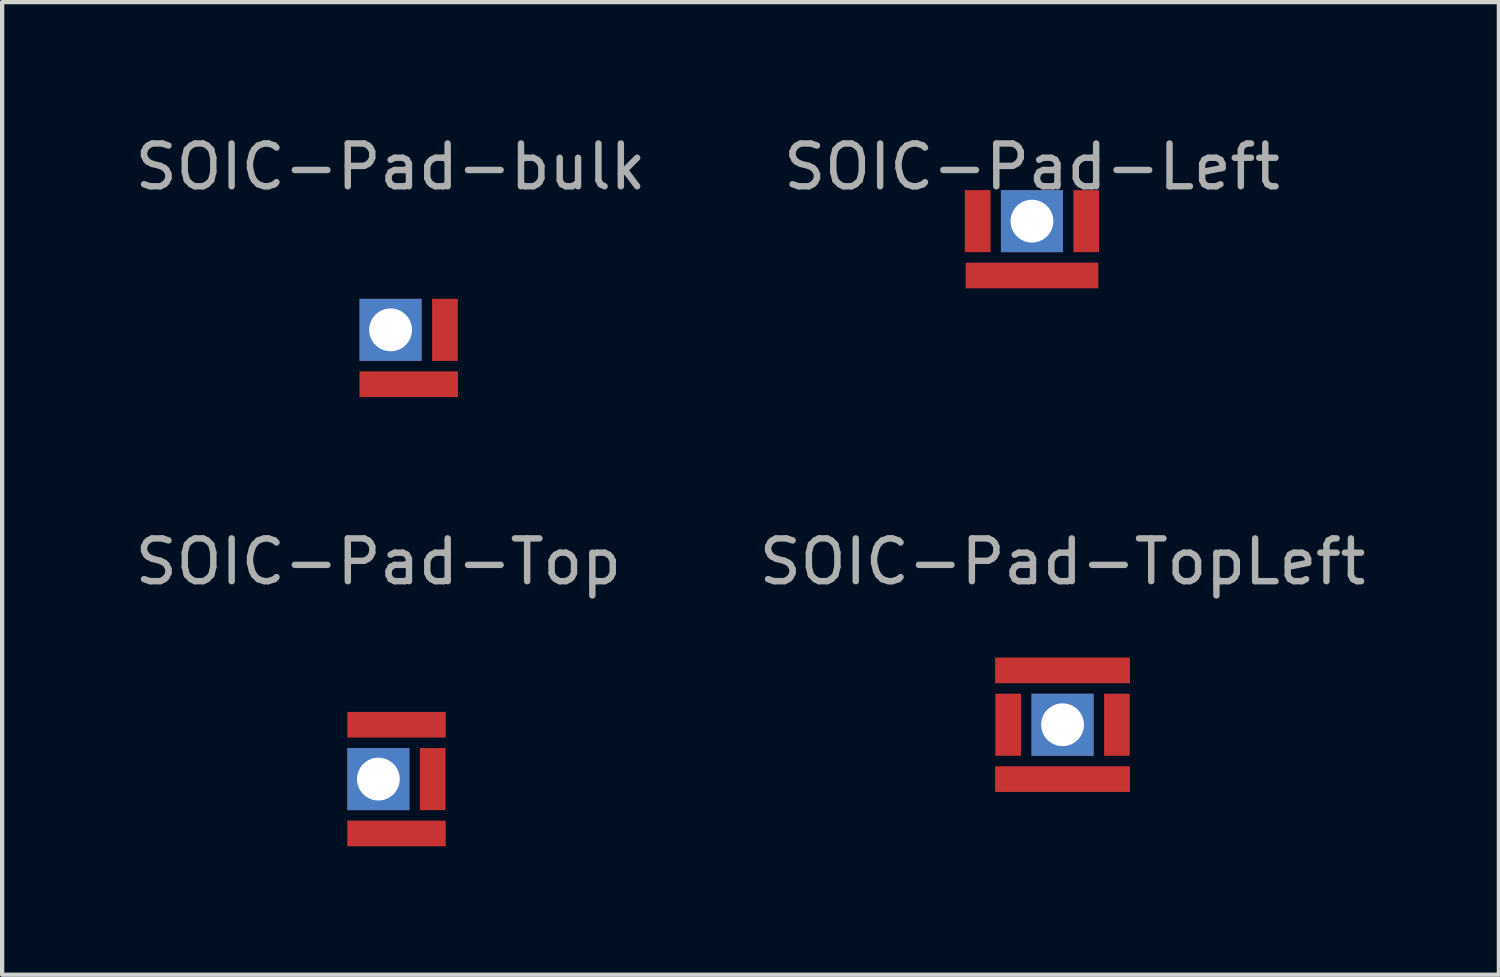
<source format=kicad_pcb>
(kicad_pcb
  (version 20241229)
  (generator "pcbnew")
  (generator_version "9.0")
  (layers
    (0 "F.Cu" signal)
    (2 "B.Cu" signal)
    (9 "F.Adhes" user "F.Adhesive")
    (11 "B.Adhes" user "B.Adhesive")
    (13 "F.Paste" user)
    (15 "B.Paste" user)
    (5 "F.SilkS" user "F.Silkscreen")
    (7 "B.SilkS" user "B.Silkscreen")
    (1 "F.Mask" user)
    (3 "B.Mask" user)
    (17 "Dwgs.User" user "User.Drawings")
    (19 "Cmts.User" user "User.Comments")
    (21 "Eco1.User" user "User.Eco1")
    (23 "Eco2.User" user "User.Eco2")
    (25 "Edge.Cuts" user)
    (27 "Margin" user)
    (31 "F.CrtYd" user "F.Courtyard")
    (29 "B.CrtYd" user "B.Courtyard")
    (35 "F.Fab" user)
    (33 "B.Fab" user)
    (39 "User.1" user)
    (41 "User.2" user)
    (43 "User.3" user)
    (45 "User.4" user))
  (footprint "SOIC-Pad-Top"
    (layer "F.Cu")
    (at 5.792 15.156)
    (property "Reference" "SOIC-Pad-Top" (at 0 -5.08 0) (layer "F.Fab") (effects (font (size 1 1) (thickness 0.15))))
    (attr through_hole)
    (pad "1" thru_hole rect (at 0 0) (size 1.45 1.45) (drill 1) (layers "*.Cu" "*.Mask"))
    (pad "2" smd rect (at 0.424 1.27 90) (size 0.6 2.3) (layers "F.Cu" "F.Mask" "F.Paste"))
    (pad "3" smd rect (at 1.27 0) (size 0.6 1.45) (layers "F.Cu" "F.Mask" "F.Paste"))
    (pad "4" smd rect (at 0.424 -1.27 90) (size 0.6 2.3) (layers "F.Cu" "F.Mask" "F.Paste")))
  (footprint "SOIC-Pad-TopLeft"
    (layer "F.Cu")
    (at 21.78 13.886)
    (property "Reference" "SOIC-Pad-TopLeft" (at 0 -3.81 0) (layer "F.Fab") (effects (font (size 1 1) (thickness 0.15))))
    (attr through_hole)
    (pad "1" thru_hole rect (at 0 0) (size 1.45 1.45) (drill 1) (layers "*.Cu" "*.Mask"))
    (pad "2" smd rect (at 0 1.27 90) (size 0.6 3.15) (layers "F.Cu" "F.Mask" "F.Paste"))
    (pad "3" smd rect (at 1.27 0) (size 0.6 1.45) (layers "F.Cu" "F.Mask" "F.Paste"))
    (pad "4" smd rect (at 0 -1.27 90) (size 0.6 3.15) (layers "F.Cu" "F.Mask" "F.Paste"))
    (pad "5" smd rect (at -1.27 0) (size 0.6 1.45) (layers "F.Cu" "F.Mask" "F.Paste")))
  (footprint "SOIC-Pad-bulk"
    (layer "F.Cu")
    (at 6.077 4.658)
    (property "Reference" "SOIC-Pad-bulk" (at 0 -3.81 0) (layer "F.Fab") (effects (font (size 1 1) (thickness 0.15))))
    (attr through_hole)
    (pad "1" thru_hole rect (at 0 0) (size 1.45 1.45) (drill 1) (layers "*.Cu" "*.Mask"))
    (pad "2" smd rect (at 0.424 1.27 90) (size 0.6 2.3) (layers "F.Cu" "F.Mask" "F.Paste"))
    (pad "3" smd rect (at 1.27 0) (size 0.6 1.45) (layers "F.Cu" "F.Mask" "F.Paste")))
  (footprint "SOIC-Pad-Left"
    (layer "F.Cu")
    (at 21.065 2.118)
    (property "Reference" "SOIC-Pad-Left" (at 0 -1.27 0) (layer "F.Fab") (effects (font (size 1 1) (thickness 0.15))))
    (attr through_hole)
    (pad "1" thru_hole rect (at 0 0) (size 1.45 1.45) (drill 1) (layers "*.Cu" "*.Mask"))
    (pad "2" smd rect (at 0 1.27 90) (size 0.6 3.1) (layers "F.Cu" "F.Mask" "F.Paste"))
    (pad "3" smd rect (at 1.27 0) (size 0.6 1.45) (layers "F.Cu" "F.Mask" "F.Paste"))
    (pad "4" smd rect (at -1.27 0) (size 0.6 1.45) (layers "F.Cu" "F.Mask" "F.Paste")))
  (gr_rect
    (start -3 -3)
    (end 31.976 19.727)
    (stroke (width 0.1) (type default))
    (fill no)
    (layer "Edge.Cuts")))
</source>
